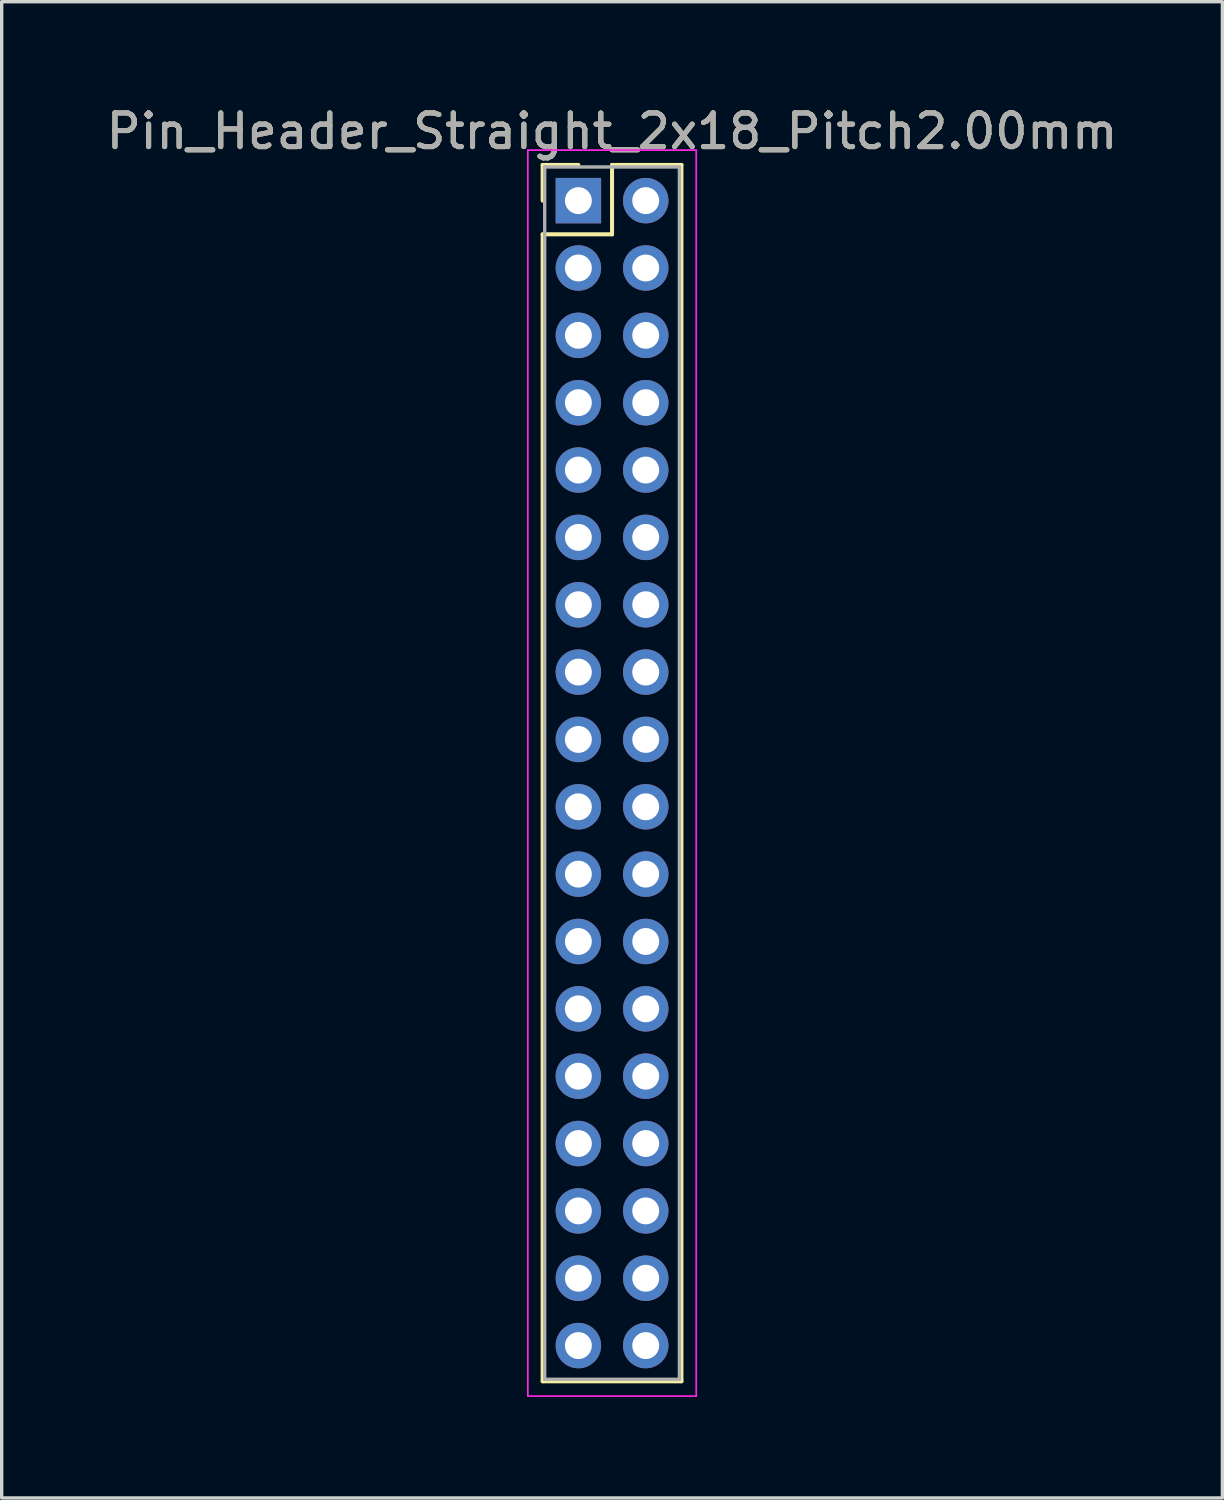
<source format=kicad_pcb>
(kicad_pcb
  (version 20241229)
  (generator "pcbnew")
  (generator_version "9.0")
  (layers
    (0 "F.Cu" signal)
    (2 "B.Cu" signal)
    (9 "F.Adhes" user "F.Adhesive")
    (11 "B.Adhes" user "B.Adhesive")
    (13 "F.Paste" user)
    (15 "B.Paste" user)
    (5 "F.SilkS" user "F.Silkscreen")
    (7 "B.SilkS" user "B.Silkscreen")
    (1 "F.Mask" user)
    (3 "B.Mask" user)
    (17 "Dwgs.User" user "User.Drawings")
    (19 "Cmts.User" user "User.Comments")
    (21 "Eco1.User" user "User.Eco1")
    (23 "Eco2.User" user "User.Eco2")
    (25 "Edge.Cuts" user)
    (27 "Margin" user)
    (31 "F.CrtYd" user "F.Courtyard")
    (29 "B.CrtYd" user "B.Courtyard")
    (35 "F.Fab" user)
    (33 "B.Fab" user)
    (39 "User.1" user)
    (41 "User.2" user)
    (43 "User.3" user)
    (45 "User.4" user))
  (footprint "Pin_Header_Straight_2x18_Pitch2.00mm"
    (layer "F.Cu")
    (at 14.125 2.908)
    (property "Reference" "Pin_Header_Straight_2x18_Pitch2.00mm" (at 1 -2.06 0) (layer "F.SilkS") (effects (font (size 1 1) (thickness 0.15))))
    (attr through_hole)
    (fp_line (start -1.06 -1.06) (end 0 -1.06) (stroke (width 0.12) (type solid)) (layer "F.SilkS"))
    (fp_line (start -1.06 0) (end -1.06 -1.06) (stroke (width 0.12) (type solid)) (layer "F.SilkS"))
    (fp_line (start -1.06 1) (end -1.06 35.06) (stroke (width 0.12) (type solid)) (layer "F.SilkS"))
    (fp_line (start -1.06 35.06) (end 3.06 35.06) (stroke (width 0.12) (type solid)) (layer "F.SilkS"))
    (fp_line (start 1 -1.06) (end 1 1) (stroke (width 0.12) (type solid)) (layer "F.SilkS"))
    (fp_line (start 1 1) (end -1.06 1) (stroke (width 0.12) (type solid)) (layer "F.SilkS"))
    (fp_line (start 3.06 -1.06) (end 1 -1.06) (stroke (width 0.12) (type solid)) (layer "F.SilkS"))
    (fp_line (start 3.06 35.06) (end 3.06 -1.06) (stroke (width 0.12) (type solid)) (layer "F.SilkS"))
    (fp_line (start -1.5 -1.5) (end -1.5 35.5) (stroke (width 0.05) (type solid)) (layer "F.CrtYd"))
    (fp_line (start -1.5 35.5) (end 3.5 35.5) (stroke (width 0.05) (type solid)) (layer "F.CrtYd"))
    (fp_line (start 3.5 -1.5) (end -1.5 -1.5) (stroke (width 0.05) (type solid)) (layer "F.CrtYd"))
    (fp_line (start 3.5 35.5) (end 3.5 -1.5) (stroke (width 0.05) (type solid)) (layer "F.CrtYd"))
    (fp_line (start -1 -1) (end -1 35) (stroke (width 0.1) (type solid)) (layer "F.Fab"))
    (fp_line (start -1 35) (end 3 35) (stroke (width 0.1) (type solid)) (layer "F.Fab"))
    (fp_line (start 3 -1) (end -1 -1) (stroke (width 0.1) (type solid)) (layer "F.Fab"))
    (fp_line (start 3 35) (end 3 -1) (stroke (width 0.1) (type solid)) (layer "F.Fab"))
    (fp_text user "${REFERENCE}" (at 1 -2.06 0) (layer "F.Fab") (effects (font (size 1 1) (thickness 0.15))))
    (pad "1" thru_hole rect (at 0 0) (size 1.35 1.35) (drill 0.8) (layers "*.Cu" "*.Mask"))
    (pad "2" thru_hole oval (at 2 0) (size 1.35 1.35) (drill 0.8) (layers "*.Cu" "*.Mask"))
    (pad "3" thru_hole oval (at 0 2) (size 1.35 1.35) (drill 0.8) (layers "*.Cu" "*.Mask"))
    (pad "4" thru_hole oval (at 2 2) (size 1.35 1.35) (drill 0.8) (layers "*.Cu" "*.Mask"))
    (pad "5" thru_hole oval (at 0 4) (size 1.35 1.35) (drill 0.8) (layers "*.Cu" "*.Mask"))
    (pad "6" thru_hole oval (at 2 4) (size 1.35 1.35) (drill 0.8) (layers "*.Cu" "*.Mask"))
    (pad "7" thru_hole oval (at 0 6) (size 1.35 1.35) (drill 0.8) (layers "*.Cu" "*.Mask"))
    (pad "8" thru_hole oval (at 2 6) (size 1.35 1.35) (drill 0.8) (layers "*.Cu" "*.Mask"))
    (pad "9" thru_hole oval (at 0 8) (size 1.35 1.35) (drill 0.8) (layers "*.Cu" "*.Mask"))
    (pad "10" thru_hole oval (at 2 8) (size 1.35 1.35) (drill 0.8) (layers "*.Cu" "*.Mask"))
    (pad "11" thru_hole oval (at 0 10) (size 1.35 1.35) (drill 0.8) (layers "*.Cu" "*.Mask"))
    (pad "12" thru_hole oval (at 2 10) (size 1.35 1.35) (drill 0.8) (layers "*.Cu" "*.Mask"))
    (pad "13" thru_hole oval (at 0 12) (size 1.35 1.35) (drill 0.8) (layers "*.Cu" "*.Mask"))
    (pad "14" thru_hole oval (at 2 12) (size 1.35 1.35) (drill 0.8) (layers "*.Cu" "*.Mask"))
    (pad "15" thru_hole oval (at 0 14) (size 1.35 1.35) (drill 0.8) (layers "*.Cu" "*.Mask"))
    (pad "16" thru_hole oval (at 2 14) (size 1.35 1.35) (drill 0.8) (layers "*.Cu" "*.Mask"))
    (pad "17" thru_hole oval (at 0 16) (size 1.35 1.35) (drill 0.8) (layers "*.Cu" "*.Mask"))
    (pad "18" thru_hole oval (at 2 16) (size 1.35 1.35) (drill 0.8) (layers "*.Cu" "*.Mask"))
    (pad "19" thru_hole oval (at 0 18) (size 1.35 1.35) (drill 0.8) (layers "*.Cu" "*.Mask"))
    (pad "20" thru_hole oval (at 2 18) (size 1.35 1.35) (drill 0.8) (layers "*.Cu" "*.Mask"))
    (pad "21" thru_hole oval (at 0 20) (size 1.35 1.35) (drill 0.8) (layers "*.Cu" "*.Mask"))
    (pad "22" thru_hole oval (at 2 20) (size 1.35 1.35) (drill 0.8) (layers "*.Cu" "*.Mask"))
    (pad "23" thru_hole oval (at 0 22) (size 1.35 1.35) (drill 0.8) (layers "*.Cu" "*.Mask"))
    (pad "24" thru_hole oval (at 2 22) (size 1.35 1.35) (drill 0.8) (layers "*.Cu" "*.Mask"))
    (pad "25" thru_hole oval (at 0 24) (size 1.35 1.35) (drill 0.8) (layers "*.Cu" "*.Mask"))
    (pad "26" thru_hole oval (at 2 24) (size 1.35 1.35) (drill 0.8) (layers "*.Cu" "*.Mask"))
    (pad "27" thru_hole oval (at 0 26) (size 1.35 1.35) (drill 0.8) (layers "*.Cu" "*.Mask"))
    (pad "28" thru_hole oval (at 2 26) (size 1.35 1.35) (drill 0.8) (layers "*.Cu" "*.Mask"))
    (pad "29" thru_hole oval (at 0 28) (size 1.35 1.35) (drill 0.8) (layers "*.Cu" "*.Mask"))
    (pad "30" thru_hole oval (at 2 28) (size 1.35 1.35) (drill 0.8) (layers "*.Cu" "*.Mask"))
    (pad "31" thru_hole oval (at 0 30) (size 1.35 1.35) (drill 0.8) (layers "*.Cu" "*.Mask"))
    (pad "32" thru_hole oval (at 2 30) (size 1.35 1.35) (drill 0.8) (layers "*.Cu" "*.Mask"))
    (pad "33" thru_hole oval (at 0 32) (size 1.35 1.35) (drill 0.8) (layers "*.Cu" "*.Mask"))
    (pad "34" thru_hole oval (at 2 32) (size 1.35 1.35) (drill 0.8) (layers "*.Cu" "*.Mask"))
    (pad "35" thru_hole oval (at 0 34) (size 1.35 1.35) (drill 0.8) (layers "*.Cu" "*.Mask"))
    (pad "36" thru_hole oval (at 2 34) (size 1.35 1.35) (drill 0.8) (layers "*.Cu" "*.Mask")))
  (gr_rect
    (start -3 -3)
    (end 33.25 41.433)
    (stroke (width 0.1) (type default))
    (fill no)
    (layer "Edge.Cuts")))
</source>
